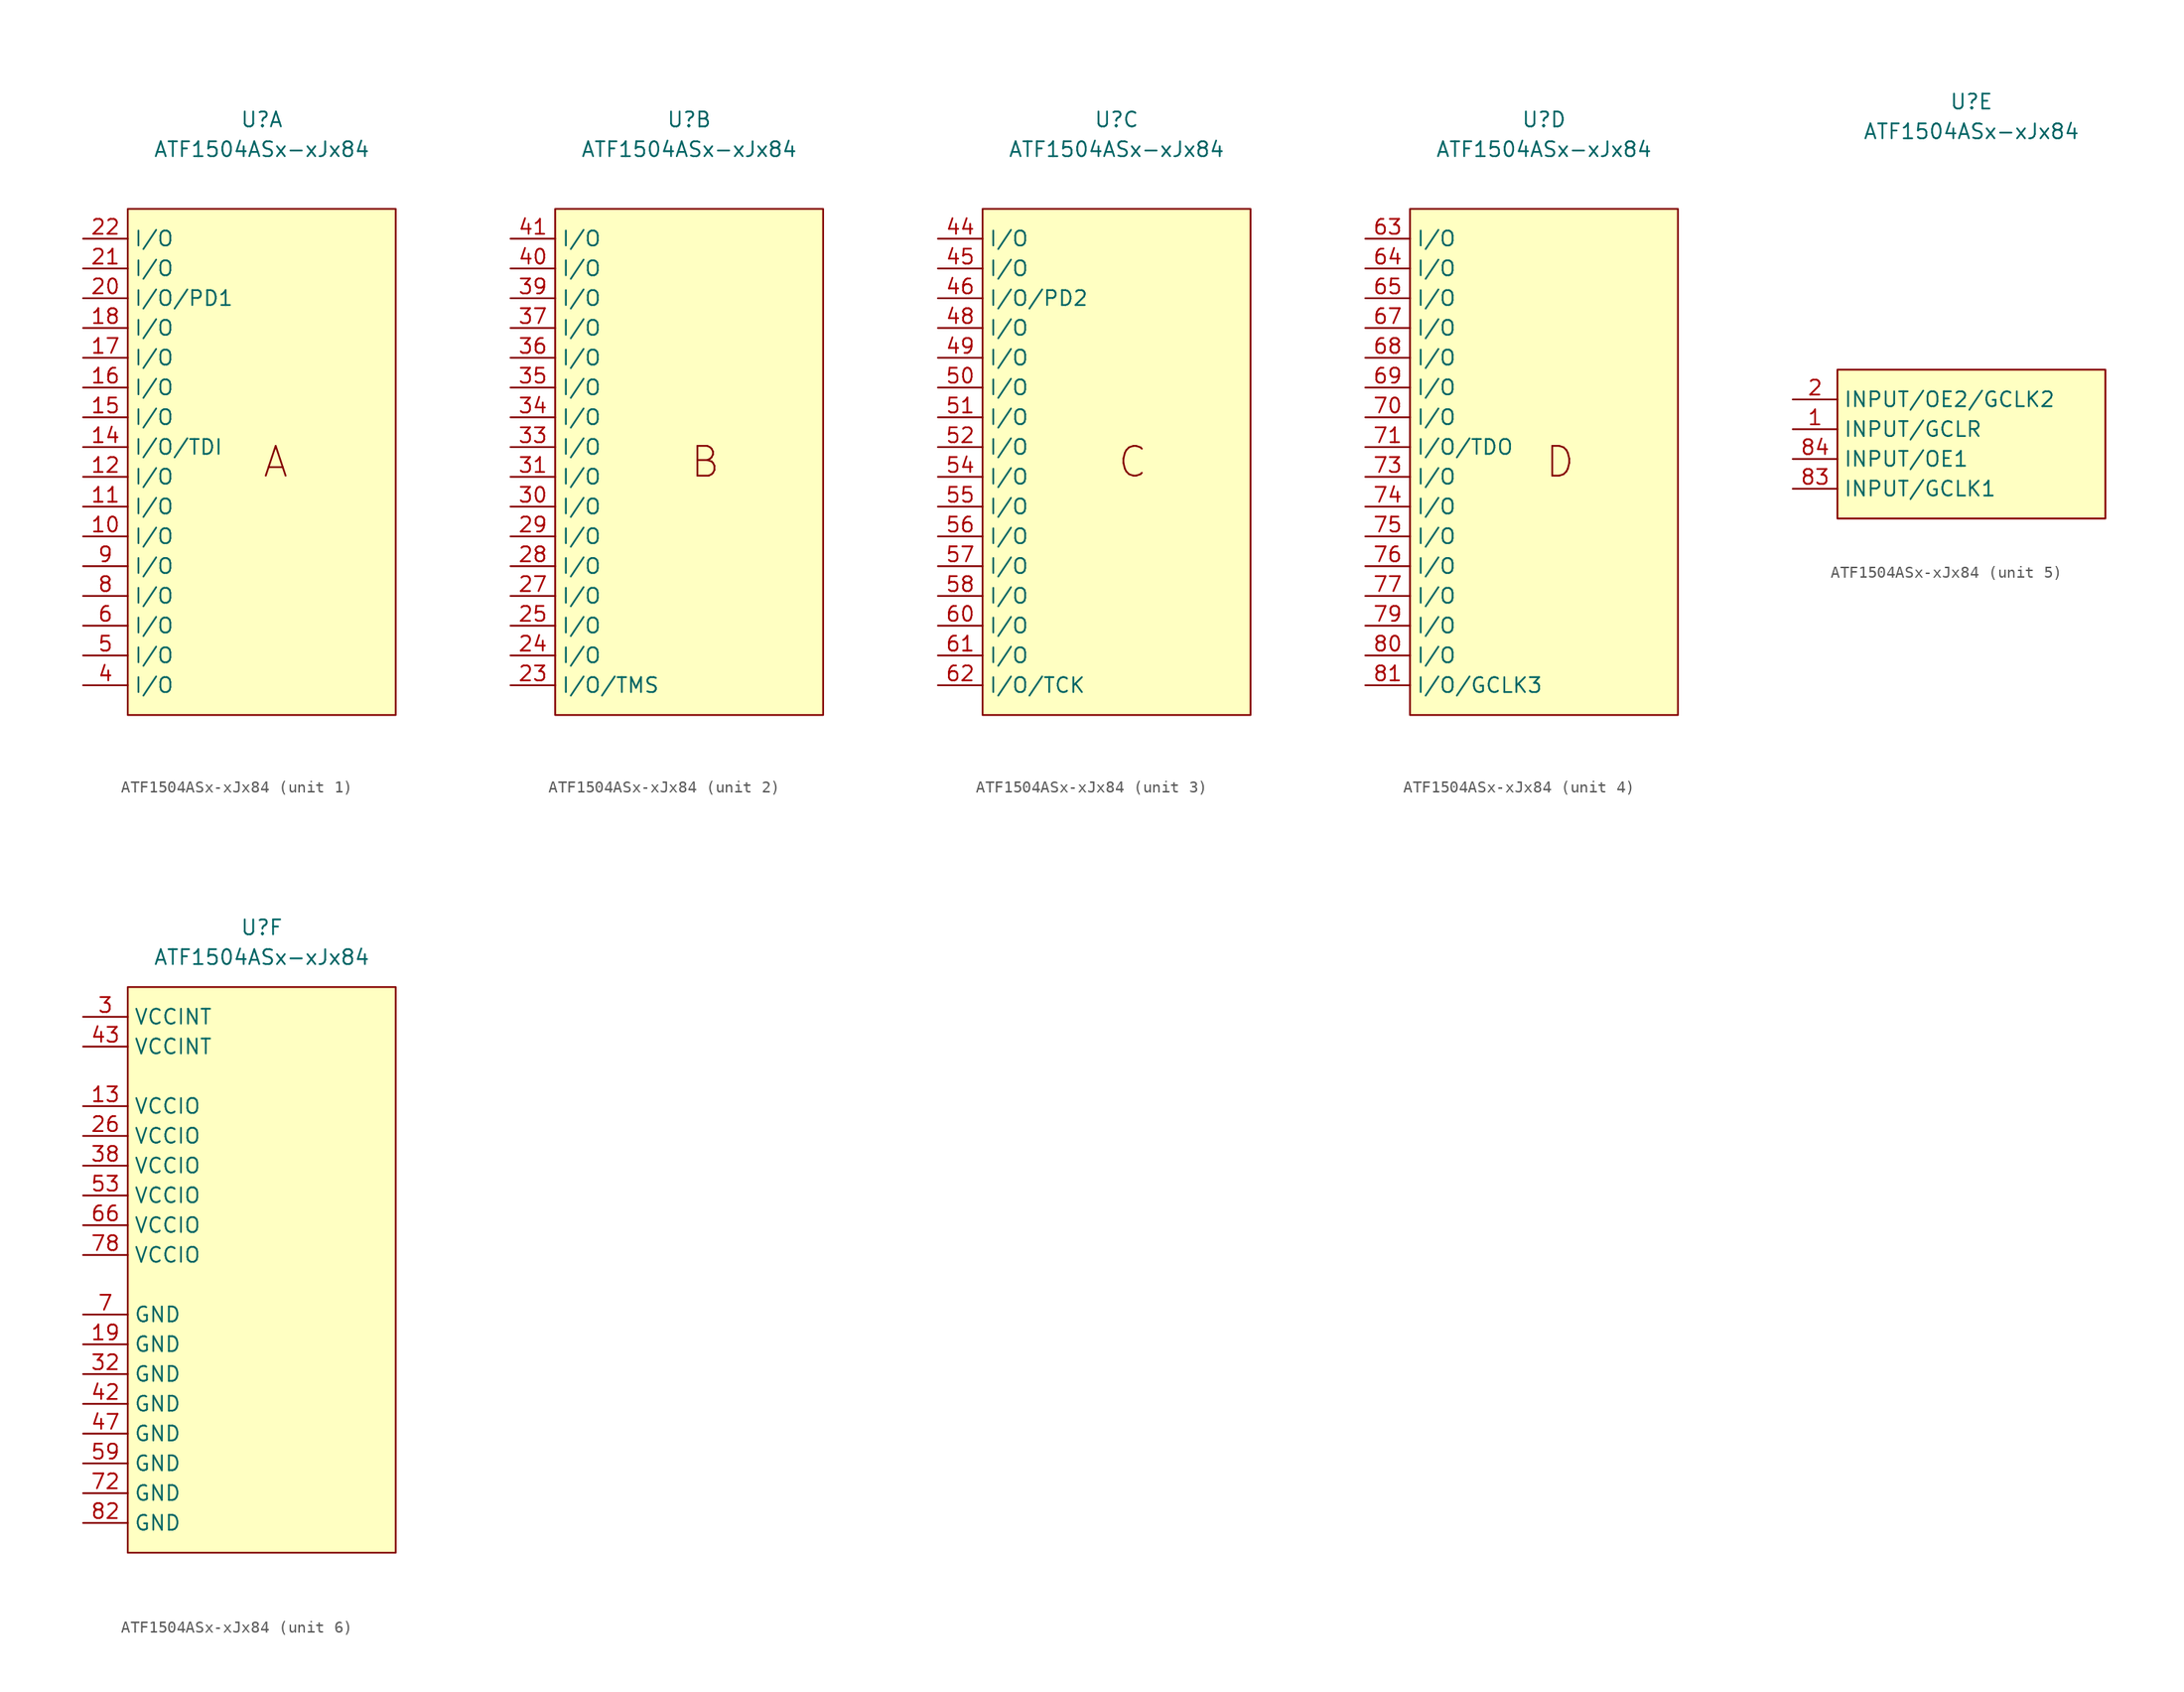
<source format=kicad_sym>
(kicad_symbol_lib
  (version 20231120)
  (generator "kicad_symbol_editor")
  (generator_version "8.0")
  (symbol "ATF1504ASx-xJx84"
    (property "Reference" "U"
      (at 0 27.94 0)
      (effects (font (size 1.27 1.27))))
    (property "Value" "ATF1504ASx-xJx84"
      (at 0 25.4 0)
      (effects (font (size 1.27 1.27))))
    (property "ki_locked" ""
      (at 0 0 0)
      (effects (font (size 1.27 1.27))))
    (symbol "ATF1504ASx-xJx84_1_0"
      (pin bidirectional line (at -15.24 -7.62 0) (length 3.81) (name "I/O" (effects (font (size 1.27 1.27)))) (number "10" (effects (font (size 1.27 1.27)))))
      (pin bidirectional line (at -15.24 -5.08 0) (length 3.81) (name "I/O" (effects (font (size 1.27 1.27)))) (number "11" (effects (font (size 1.27 1.27)))))
      (pin bidirectional line (at -15.24 -2.54 0) (length 3.81) (name "I/O" (effects (font (size 1.27 1.27)))) (number "12" (effects (font (size 1.27 1.27)))))
      (pin bidirectional line (at -15.24 0 0) (length 3.81) (name "I/O/TDI" (effects (font (size 1.27 1.27)))) (number "14" (effects (font (size 1.27 1.27)))))
      (pin bidirectional line (at -15.24 2.54 0) (length 3.81) (name "I/O" (effects (font (size 1.27 1.27)))) (number "15" (effects (font (size 1.27 1.27)))))
      (pin bidirectional line (at -15.24 5.08 0) (length 3.81) (name "I/O" (effects (font (size 1.27 1.27)))) (number "16" (effects (font (size 1.27 1.27)))))
      (pin bidirectional line (at -15.24 7.62 0) (length 3.81) (name "I/O" (effects (font (size 1.27 1.27)))) (number "17" (effects (font (size 1.27 1.27)))))
      (pin bidirectional line (at -15.24 10.16 0) (length 3.81) (name "I/O" (effects (font (size 1.27 1.27)))) (number "18" (effects (font (size 1.27 1.27)))))
      (pin bidirectional line (at -15.24 12.7 0) (length 3.81) (name "I/O/PD1" (effects (font (size 1.27 1.27)))) (number "20" (effects (font (size 1.27 1.27)))))
      (pin bidirectional line (at -15.24 15.24 0) (length 3.81) (name "I/O" (effects (font (size 1.27 1.27)))) (number "21" (effects (font (size 1.27 1.27)))))
      (pin bidirectional line (at -15.24 17.78 0) (length 3.81) (name "I/O" (effects (font (size 1.27 1.27)))) (number "22" (effects (font (size 1.27 1.27)))))
      (pin bidirectional line (at -15.24 -20.32 0) (length 3.81) (name "I/O" (effects (font (size 1.27 1.27)))) (number "4" (effects (font (size 1.27 1.27)))))
      (pin bidirectional line (at -15.24 -17.78 0) (length 3.81) (name "I/O" (effects (font (size 1.27 1.27)))) (number "5" (effects (font (size 1.27 1.27)))))
      (pin bidirectional line (at -15.24 -15.24 0) (length 3.81) (name "I/O" (effects (font (size 1.27 1.27)))) (number "6" (effects (font (size 1.27 1.27)))))
      (pin bidirectional line (at -15.24 -12.7 0) (length 3.81) (name "I/O" (effects (font (size 1.27 1.27)))) (number "8" (effects (font (size 1.27 1.27)))))
      (pin bidirectional line (at -15.24 -10.16 0) (length 3.81) (name "I/O" (effects (font (size 1.27 1.27)))) (number "9" (effects (font (size 1.27 1.27))))))
    (symbol "ATF1504ASx-xJx84_1_1"
      (rectangle (start -11.43 20.32) (end 11.43 -22.86) (stroke (width 0) (type default)) (fill (type background)))
      (text "A" (at 0 -1.27 0) (effects (font (size 2.54 2.54)) (justify left))))
    (symbol "ATF1504ASx-xJx84_2_0"
      (pin bidirectional line (at -15.24 -20.32 0) (length 3.81) (name "I/O/TMS" (effects (font (size 1.27 1.27)))) (number "23" (effects (font (size 1.27 1.27)))))
      (pin bidirectional line (at -15.24 -17.78 0) (length 3.81) (name "I/O" (effects (font (size 1.27 1.27)))) (number "24" (effects (font (size 1.27 1.27)))))
      (pin bidirectional line (at -15.24 -15.24 0) (length 3.81) (name "I/O" (effects (font (size 1.27 1.27)))) (number "25" (effects (font (size 1.27 1.27)))))
      (pin bidirectional line (at -15.24 -12.7 0) (length 3.81) (name "I/O" (effects (font (size 1.27 1.27)))) (number "27" (effects (font (size 1.27 1.27)))))
      (pin bidirectional line (at -15.24 -10.16 0) (length 3.81) (name "I/O" (effects (font (size 1.27 1.27)))) (number "28" (effects (font (size 1.27 1.27)))))
      (pin bidirectional line (at -15.24 -7.62 0) (length 3.81) (name "I/O" (effects (font (size 1.27 1.27)))) (number "29" (effects (font (size 1.27 1.27)))))
      (pin bidirectional line (at -15.24 -5.08 0) (length 3.81) (name "I/O" (effects (font (size 1.27 1.27)))) (number "30" (effects (font (size 1.27 1.27)))))
      (pin bidirectional line (at -15.24 -2.54 0) (length 3.81) (name "I/O" (effects (font (size 1.27 1.27)))) (number "31" (effects (font (size 1.27 1.27)))))
      (pin bidirectional line (at -15.24 0 0) (length 3.81) (name "I/O" (effects (font (size 1.27 1.27)))) (number "33" (effects (font (size 1.27 1.27)))))
      (pin bidirectional line (at -15.24 2.54 0) (length 3.81) (name "I/O" (effects (font (size 1.27 1.27)))) (number "34" (effects (font (size 1.27 1.27)))))
      (pin bidirectional line (at -15.24 5.08 0) (length 3.81) (name "I/O" (effects (font (size 1.27 1.27)))) (number "35" (effects (font (size 1.27 1.27)))))
      (pin bidirectional line (at -15.24 7.62 0) (length 3.81) (name "I/O" (effects (font (size 1.27 1.27)))) (number "36" (effects (font (size 1.27 1.27)))))
      (pin bidirectional line (at -15.24 10.16 0) (length 3.81) (name "I/O" (effects (font (size 1.27 1.27)))) (number "37" (effects (font (size 1.27 1.27)))))
      (pin bidirectional line (at -15.24 12.7 0) (length 3.81) (name "I/O" (effects (font (size 1.27 1.27)))) (number "39" (effects (font (size 1.27 1.27)))))
      (pin bidirectional line (at -15.24 15.24 0) (length 3.81) (name "I/O" (effects (font (size 1.27 1.27)))) (number "40" (effects (font (size 1.27 1.27)))))
      (pin bidirectional line (at -15.24 17.78 0) (length 3.81) (name "I/O" (effects (font (size 1.27 1.27)))) (number "41" (effects (font (size 1.27 1.27))))))
    (symbol "ATF1504ASx-xJx84_2_1"
      (rectangle (start -11.43 20.32) (end 11.43 -22.86) (stroke (width 0) (type default)) (fill (type background)))
      (text "B" (at 0 -1.27 0) (effects (font (size 2.54 2.54)) (justify left))))
    (symbol "ATF1504ASx-xJx84_3_0"
      (pin bidirectional line (at -15.24 17.78 0) (length 3.81) (name "I/O" (effects (font (size 1.27 1.27)))) (number "44" (effects (font (size 1.27 1.27)))))
      (pin bidirectional line (at -15.24 15.24 0) (length 3.81) (name "I/O" (effects (font (size 1.27 1.27)))) (number "45" (effects (font (size 1.27 1.27)))))
      (pin bidirectional line (at -15.24 12.7 0) (length 3.81) (name "I/O/PD2" (effects (font (size 1.27 1.27)))) (number "46" (effects (font (size 1.27 1.27)))))
      (pin bidirectional line (at -15.24 10.16 0) (length 3.81) (name "I/O" (effects (font (size 1.27 1.27)))) (number "48" (effects (font (size 1.27 1.27)))))
      (pin bidirectional line (at -15.24 7.62 0) (length 3.81) (name "I/O" (effects (font (size 1.27 1.27)))) (number "49" (effects (font (size 1.27 1.27)))))
      (pin bidirectional line (at -15.24 5.08 0) (length 3.81) (name "I/O" (effects (font (size 1.27 1.27)))) (number "50" (effects (font (size 1.27 1.27)))))
      (pin bidirectional line (at -15.24 2.54 0) (length 3.81) (name "I/O" (effects (font (size 1.27 1.27)))) (number "51" (effects (font (size 1.27 1.27)))))
      (pin bidirectional line (at -15.24 0 0) (length 3.81) (name "I/O" (effects (font (size 1.27 1.27)))) (number "52" (effects (font (size 1.27 1.27)))))
      (pin bidirectional line (at -15.24 -2.54 0) (length 3.81) (name "I/O" (effects (font (size 1.27 1.27)))) (number "54" (effects (font (size 1.27 1.27)))))
      (pin bidirectional line (at -15.24 -5.08 0) (length 3.81) (name "I/O" (effects (font (size 1.27 1.27)))) (number "55" (effects (font (size 1.27 1.27)))))
      (pin bidirectional line (at -15.24 -7.62 0) (length 3.81) (name "I/O" (effects (font (size 1.27 1.27)))) (number "56" (effects (font (size 1.27 1.27)))))
      (pin bidirectional line (at -15.24 -10.16 0) (length 3.81) (name "I/O" (effects (font (size 1.27 1.27)))) (number "57" (effects (font (size 1.27 1.27)))))
      (pin bidirectional line (at -15.24 -12.7 0) (length 3.81) (name "I/O" (effects (font (size 1.27 1.27)))) (number "58" (effects (font (size 1.27 1.27)))))
      (pin bidirectional line (at -15.24 -15.24 0) (length 3.81) (name "I/O" (effects (font (size 1.27 1.27)))) (number "60" (effects (font (size 1.27 1.27)))))
      (pin bidirectional line (at -15.24 -17.78 0) (length 3.81) (name "I/O" (effects (font (size 1.27 1.27)))) (number "61" (effects (font (size 1.27 1.27)))))
      (pin bidirectional line (at -15.24 -20.32 0) (length 3.81) (name "I/O/TCK" (effects (font (size 1.27 1.27)))) (number "62" (effects (font (size 1.27 1.27))))))
    (symbol "ATF1504ASx-xJx84_3_1"
      (rectangle (start -11.43 20.32) (end 11.43 -22.86) (stroke (width 0) (type default)) (fill (type background)))
      (text "C" (at 0 -1.27 0) (effects (font (size 2.54 2.54)) (justify left))))
    (symbol "ATF1504ASx-xJx84_4_0"
      (pin bidirectional line (at -15.24 17.78 0) (length 3.81) (name "I/O" (effects (font (size 1.27 1.27)))) (number "63" (effects (font (size 1.27 1.27)))))
      (pin bidirectional line (at -15.24 15.24 0) (length 3.81) (name "I/O" (effects (font (size 1.27 1.27)))) (number "64" (effects (font (size 1.27 1.27)))))
      (pin bidirectional line (at -15.24 12.7 0) (length 3.81) (name "I/O" (effects (font (size 1.27 1.27)))) (number "65" (effects (font (size 1.27 1.27)))))
      (pin bidirectional line (at -15.24 10.16 0) (length 3.81) (name "I/O" (effects (font (size 1.27 1.27)))) (number "67" (effects (font (size 1.27 1.27)))))
      (pin bidirectional line (at -15.24 7.62 0) (length 3.81) (name "I/O" (effects (font (size 1.27 1.27)))) (number "68" (effects (font (size 1.27 1.27)))))
      (pin bidirectional line (at -15.24 5.08 0) (length 3.81) (name "I/O" (effects (font (size 1.27 1.27)))) (number "69" (effects (font (size 1.27 1.27)))))
      (pin bidirectional line (at -15.24 2.54 0) (length 3.81) (name "I/O" (effects (font (size 1.27 1.27)))) (number "70" (effects (font (size 1.27 1.27)))))
      (pin bidirectional line (at -15.24 0 0) (length 3.81) (name "I/O/TDO" (effects (font (size 1.27 1.27)))) (number "71" (effects (font (size 1.27 1.27)))))
      (pin bidirectional line (at -15.24 -2.54 0) (length 3.81) (name "I/O" (effects (font (size 1.27 1.27)))) (number "73" (effects (font (size 1.27 1.27)))))
      (pin bidirectional line (at -15.24 -5.08 0) (length 3.81) (name "I/O" (effects (font (size 1.27 1.27)))) (number "74" (effects (font (size 1.27 1.27)))))
      (pin bidirectional line (at -15.24 -7.62 0) (length 3.81) (name "I/O" (effects (font (size 1.27 1.27)))) (number "75" (effects (font (size 1.27 1.27)))))
      (pin bidirectional line (at -15.24 -10.16 0) (length 3.81) (name "I/O" (effects (font (size 1.27 1.27)))) (number "76" (effects (font (size 1.27 1.27)))))
      (pin bidirectional line (at -15.24 -12.7 0) (length 3.81) (name "I/O" (effects (font (size 1.27 1.27)))) (number "77" (effects (font (size 1.27 1.27)))))
      (pin bidirectional line (at -15.24 -15.24 0) (length 3.81) (name "I/O" (effects (font (size 1.27 1.27)))) (number "79" (effects (font (size 1.27 1.27)))))
      (pin bidirectional line (at -15.24 -17.78 0) (length 3.81) (name "I/O" (effects (font (size 1.27 1.27)))) (number "80" (effects (font (size 1.27 1.27)))))
      (pin bidirectional line (at -15.24 -20.32 0) (length 3.81) (name "I/O/GCLK3" (effects (font (size 1.27 1.27)))) (number "81" (effects (font (size 1.27 1.27))))))
    (symbol "ATF1504ASx-xJx84_4_1"
      (rectangle (start -11.43 20.32) (end 11.43 -22.86) (stroke (width 0) (type default)) (fill (type background)))
      (text "D" (at 0 -1.27 0) (effects (font (size 2.54 2.54)) (justify left))))
    (symbol "ATF1504ASx-xJx84_5_0"
      (pin input line (at -15.24 0 0) (length 3.81) (name "INPUT/GCLR" (effects (font (size 1.27 1.27)))) (number "1" (effects (font (size 1.27 1.27)))))
      (pin input line (at -15.24 2.54 0) (length 3.81) (name "INPUT/OE2/GCLK2" (effects (font (size 1.27 1.27)))) (number "2" (effects (font (size 1.27 1.27)))))
      (pin input line (at -15.24 -5.08 0) (length 3.81) (name "INPUT/GCLK1" (effects (font (size 1.27 1.27)))) (number "83" (effects (font (size 1.27 1.27)))))
      (pin input line (at -15.24 -2.54 0) (length 3.81) (name "INPUT/OE1" (effects (font (size 1.27 1.27)))) (number "84" (effects (font (size 1.27 1.27))))))
    (symbol "ATF1504ASx-xJx84_5_1"
      (rectangle (start -11.43 5.08) (end 11.43 -7.62) (stroke (width 0) (type default)) (fill (type background))))
    (symbol "ATF1504ASx-xJx84_6_0"
      (pin power_in line (at -15.24 12.7 0) (length 3.81) (name "VCCIO" (effects (font (size 1.27 1.27)))) (number "13" (effects (font (size 1.27 1.27)))))
      (pin power_in line (at -15.24 -7.62 0) (length 3.81) (name "GND" (effects (font (size 1.27 1.27)))) (number "19" (effects (font (size 1.27 1.27)))))
      (pin power_in line (at -15.24 10.16 0) (length 3.81) (name "VCCIO" (effects (font (size 1.27 1.27)))) (number "26" (effects (font (size 1.27 1.27)))))
      (pin power_in line (at -15.24 20.32 0) (length 3.81) (name "VCCINT" (effects (font (size 1.27 1.27)))) (number "3" (effects (font (size 1.27 1.27)))))
      (pin power_in line (at -15.24 -10.16 0) (length 3.81) (name "GND" (effects (font (size 1.27 1.27)))) (number "32" (effects (font (size 1.27 1.27)))))
      (pin power_in line (at -15.24 7.62 0) (length 3.81) (name "VCCIO" (effects (font (size 1.27 1.27)))) (number "38" (effects (font (size 1.27 1.27)))))
      (pin power_in line (at -15.24 -12.7 0) (length 3.81) (name "GND" (effects (font (size 1.27 1.27)))) (number "42" (effects (font (size 1.27 1.27)))))
      (pin power_in line (at -15.24 17.78 0) (length 3.81) (name "VCCINT" (effects (font (size 1.27 1.27)))) (number "43" (effects (font (size 1.27 1.27)))))
      (pin power_in line (at -15.24 -15.24 0) (length 3.81) (name "GND" (effects (font (size 1.27 1.27)))) (number "47" (effects (font (size 1.27 1.27)))))
      (pin power_in line (at -15.24 5.08 0) (length 3.81) (name "VCCIO" (effects (font (size 1.27 1.27)))) (number "53" (effects (font (size 1.27 1.27)))))
      (pin power_in line (at -15.24 -17.78 0) (length 3.81) (name "GND" (effects (font (size 1.27 1.27)))) (number "59" (effects (font (size 1.27 1.27)))))
      (pin power_in line (at -15.24 2.54 0) (length 3.81) (name "VCCIO" (effects (font (size 1.27 1.27)))) (number "66" (effects (font (size 1.27 1.27)))))
      (pin power_in line (at -15.24 -5.08 0) (length 3.81) (name "GND" (effects (font (size 1.27 1.27)))) (number "7" (effects (font (size 1.27 1.27)))))
      (pin power_in line (at -15.24 -20.32 0) (length 3.81) (name "GND" (effects (font (size 1.27 1.27)))) (number "72" (effects (font (size 1.27 1.27)))))
      (pin power_in line (at -15.24 0 0) (length 3.81) (name "VCCIO" (effects (font (size 1.27 1.27)))) (number "78" (effects (font (size 1.27 1.27)))))
      (pin power_in line (at -15.24 -22.86 0) (length 3.81) (name "GND" (effects (font (size 1.27 1.27)))) (number "82" (effects (font (size 1.27 1.27))))))
    (symbol "ATF1504ASx-xJx84_6_1"
      (rectangle (start -11.43 22.86) (end 11.43 -25.4) (stroke (width 0) (type default)) (fill (type background))))))
</source>
